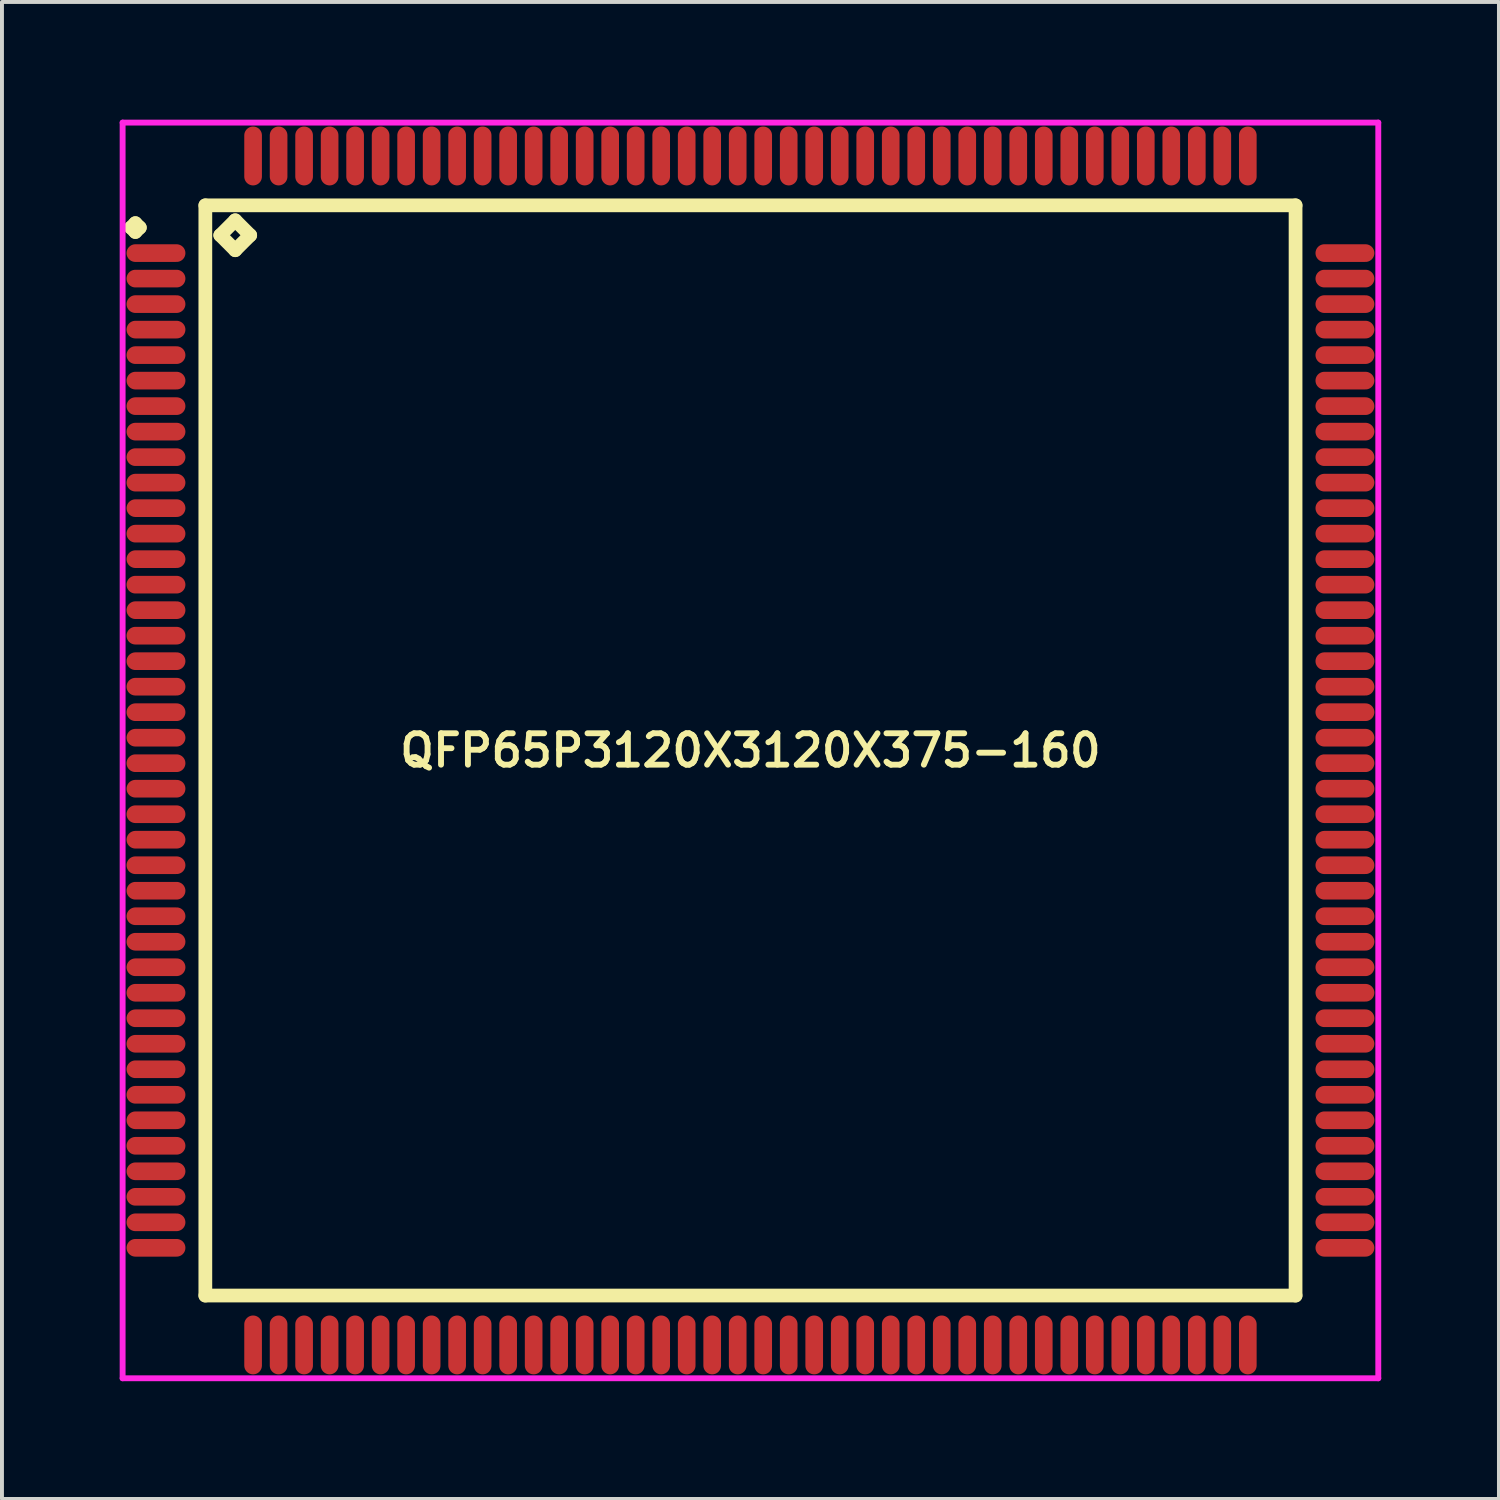
<source format=kicad_pcb>
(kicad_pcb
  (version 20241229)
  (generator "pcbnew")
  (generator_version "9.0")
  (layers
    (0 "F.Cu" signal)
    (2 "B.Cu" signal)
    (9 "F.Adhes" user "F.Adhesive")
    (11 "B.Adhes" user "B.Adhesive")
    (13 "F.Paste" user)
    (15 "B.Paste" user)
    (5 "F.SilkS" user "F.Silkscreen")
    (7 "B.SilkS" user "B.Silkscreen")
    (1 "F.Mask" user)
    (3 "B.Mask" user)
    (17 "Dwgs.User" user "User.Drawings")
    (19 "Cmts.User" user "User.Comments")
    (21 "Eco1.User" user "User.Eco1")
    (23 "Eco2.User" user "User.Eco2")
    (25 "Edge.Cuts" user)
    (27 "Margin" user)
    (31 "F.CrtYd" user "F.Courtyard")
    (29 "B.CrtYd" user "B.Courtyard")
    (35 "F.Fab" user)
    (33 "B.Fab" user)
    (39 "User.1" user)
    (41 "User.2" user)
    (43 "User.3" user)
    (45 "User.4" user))
  (footprint "QFP65P3120X3120X375-160"
    (layer "F.Cu")
    (at 16.075 16.075)
    (property "Reference" "QFP65P3120X3120X375-160" (at 0 0 0) (layer "F.SilkS") (effects (font (size 0.8 0.8) (thickness 0.15))))
    (attr smd)
    (fp_line (start -15.787 -13.325) (end -15.675 -13.438) (stroke (width 0.35) (type solid)) (layer "F.SilkS"))
    (fp_line (start -15.675 -13.438) (end -15.562 -13.325) (stroke (width 0.35) (type solid)) (layer "F.SilkS"))
    (fp_line (start -15.675 -13.213) (end -15.787 -13.325) (stroke (width 0.35) (type solid)) (layer "F.SilkS"))
    (fp_line (start -15.562 -13.325) (end -15.675 -13.213) (stroke (width 0.35) (type solid)) (layer "F.SilkS"))
    (fp_line (start -13.892 -13.892) (end -13.892 13.892) (stroke (width 0.35) (type solid)) (layer "F.SilkS"))
    (fp_line (start -13.892 13.892) (end 13.892 13.892) (stroke (width 0.35) (type solid)) (layer "F.SilkS"))
    (fp_line (start -13.511 -13.13) (end -13.13 -13.511) (stroke (width 0.35) (type solid)) (layer "F.SilkS"))
    (fp_line (start -13.13 -13.511) (end -12.749 -13.13) (stroke (width 0.35) (type solid)) (layer "F.SilkS"))
    (fp_line (start -13.13 -12.749) (end -13.511 -13.13) (stroke (width 0.35) (type solid)) (layer "F.SilkS"))
    (fp_line (start -12.749 -13.13) (end -13.13 -12.749) (stroke (width 0.35) (type solid)) (layer "F.SilkS"))
    (fp_line (start 13.892 -13.892) (end -13.892 -13.892) (stroke (width 0.35) (type solid)) (layer "F.SilkS"))
    (fp_line (start 13.892 13.892) (end 13.892 -13.892) (stroke (width 0.35) (type solid)) (layer "F.SilkS"))
    (fp_line (start -16 -16) (end 16 -16) (stroke (width 0.15) (type solid)) (layer "F.CrtYd"))
    (fp_line (start -16 16) (end -16 -16) (stroke (width 0.15) (type solid)) (layer "F.CrtYd"))
    (fp_line (start 16 -16) (end 16 16) (stroke (width 0.15) (type solid)) (layer "F.CrtYd"))
    (fp_line (start 16 16) (end -16 16) (stroke (width 0.15) (type solid)) (layer "F.CrtYd"))
    (pad "1" smd oval (at -15.15 -12.675) (size 1.5 0.45) (layers "F.Cu" "F.Mask" "F.Paste"))
    (pad "2" smd oval (at -15.15 -12.025) (size 1.5 0.45) (layers "F.Cu" "F.Mask" "F.Paste"))
    (pad "3" smd oval (at -15.15 -11.375) (size 1.5 0.45) (layers "F.Cu" "F.Mask" "F.Paste"))
    (pad "4" smd oval (at -15.15 -10.725) (size 1.5 0.45) (layers "F.Cu" "F.Mask" "F.Paste"))
    (pad "5" smd oval (at -15.15 -10.075) (size 1.5 0.45) (layers "F.Cu" "F.Mask" "F.Paste"))
    (pad "6" smd oval (at -15.15 -9.425) (size 1.5 0.45) (layers "F.Cu" "F.Mask" "F.Paste"))
    (pad "7" smd oval (at -15.15 -8.775) (size 1.5 0.45) (layers "F.Cu" "F.Mask" "F.Paste"))
    (pad "8" smd oval (at -15.15 -8.125) (size 1.5 0.45) (layers "F.Cu" "F.Mask" "F.Paste"))
    (pad "9" smd oval (at -15.15 -7.475) (size 1.5 0.45) (layers "F.Cu" "F.Mask" "F.Paste"))
    (pad "10" smd oval (at -15.15 -6.825) (size 1.5 0.45) (layers "F.Cu" "F.Mask" "F.Paste"))
    (pad "11" smd oval (at -15.15 -6.175) (size 1.5 0.45) (layers "F.Cu" "F.Mask" "F.Paste"))
    (pad "12" smd oval (at -15.15 -5.525) (size 1.5 0.45) (layers "F.Cu" "F.Mask" "F.Paste"))
    (pad "13" smd oval (at -15.15 -4.875) (size 1.5 0.45) (layers "F.Cu" "F.Mask" "F.Paste"))
    (pad "14" smd oval (at -15.15 -4.225) (size 1.5 0.45) (layers "F.Cu" "F.Mask" "F.Paste"))
    (pad "15" smd oval (at -15.15 -3.575) (size 1.5 0.45) (layers "F.Cu" "F.Mask" "F.Paste"))
    (pad "16" smd oval (at -15.15 -2.925) (size 1.5 0.45) (layers "F.Cu" "F.Mask" "F.Paste"))
    (pad "17" smd oval (at -15.15 -2.275) (size 1.5 0.45) (layers "F.Cu" "F.Mask" "F.Paste"))
    (pad "18" smd oval (at -15.15 -1.625) (size 1.5 0.45) (layers "F.Cu" "F.Mask" "F.Paste"))
    (pad "19" smd oval (at -15.15 -0.975) (size 1.5 0.45) (layers "F.Cu" "F.Mask" "F.Paste"))
    (pad "20" smd oval (at -15.15 -0.325) (size 1.5 0.45) (layers "F.Cu" "F.Mask" "F.Paste"))
    (pad "21" smd oval (at -15.15 0.325) (size 1.5 0.45) (layers "F.Cu" "F.Mask" "F.Paste"))
    (pad "22" smd oval (at -15.15 0.975) (size 1.5 0.45) (layers "F.Cu" "F.Mask" "F.Paste"))
    (pad "23" smd oval (at -15.15 1.625) (size 1.5 0.45) (layers "F.Cu" "F.Mask" "F.Paste"))
    (pad "24" smd oval (at -15.15 2.275) (size 1.5 0.45) (layers "F.Cu" "F.Mask" "F.Paste"))
    (pad "25" smd oval (at -15.15 2.925) (size 1.5 0.45) (layers "F.Cu" "F.Mask" "F.Paste"))
    (pad "26" smd oval (at -15.15 3.575) (size 1.5 0.45) (layers "F.Cu" "F.Mask" "F.Paste"))
    (pad "27" smd oval (at -15.15 4.225) (size 1.5 0.45) (layers "F.Cu" "F.Mask" "F.Paste"))
    (pad "28" smd oval (at -15.15 4.875) (size 1.5 0.45) (layers "F.Cu" "F.Mask" "F.Paste"))
    (pad "29" smd oval (at -15.15 5.525) (size 1.5 0.45) (layers "F.Cu" "F.Mask" "F.Paste"))
    (pad "30" smd oval (at -15.15 6.175) (size 1.5 0.45) (layers "F.Cu" "F.Mask" "F.Paste"))
    (pad "31" smd oval (at -15.15 6.825) (size 1.5 0.45) (layers "F.Cu" "F.Mask" "F.Paste"))
    (pad "32" smd oval (at -15.15 7.475) (size 1.5 0.45) (layers "F.Cu" "F.Mask" "F.Paste"))
    (pad "33" smd oval (at -15.15 8.125) (size 1.5 0.45) (layers "F.Cu" "F.Mask" "F.Paste"))
    (pad "34" smd oval (at -15.15 8.775) (size 1.5 0.45) (layers "F.Cu" "F.Mask" "F.Paste"))
    (pad "35" smd oval (at -15.15 9.425) (size 1.5 0.45) (layers "F.Cu" "F.Mask" "F.Paste"))
    (pad "36" smd oval (at -15.15 10.075) (size 1.5 0.45) (layers "F.Cu" "F.Mask" "F.Paste"))
    (pad "37" smd oval (at -15.15 10.725) (size 1.5 0.45) (layers "F.Cu" "F.Mask" "F.Paste"))
    (pad "38" smd oval (at -15.15 11.375) (size 1.5 0.45) (layers "F.Cu" "F.Mask" "F.Paste"))
    (pad "39" smd oval (at -15.15 12.025) (size 1.5 0.45) (layers "F.Cu" "F.Mask" "F.Paste"))
    (pad "40" smd oval (at -15.15 12.675) (size 1.5 0.45) (layers "F.Cu" "F.Mask" "F.Paste"))
    (pad "41" smd oval (at -12.675 15.15) (size 0.45 1.5) (layers "F.Cu" "F.Mask" "F.Paste"))
    (pad "42" smd oval (at -12.025 15.15) (size 0.45 1.5) (layers "F.Cu" "F.Mask" "F.Paste"))
    (pad "43" smd oval (at -11.375 15.15) (size 0.45 1.5) (layers "F.Cu" "F.Mask" "F.Paste"))
    (pad "44" smd oval (at -10.725 15.15) (size 0.45 1.5) (layers "F.Cu" "F.Mask" "F.Paste"))
    (pad "45" smd oval (at -10.075 15.15) (size 0.45 1.5) (layers "F.Cu" "F.Mask" "F.Paste"))
    (pad "46" smd oval (at -9.425 15.15) (size 0.45 1.5) (layers "F.Cu" "F.Mask" "F.Paste"))
    (pad "47" smd oval (at -8.775 15.15) (size 0.45 1.5) (layers "F.Cu" "F.Mask" "F.Paste"))
    (pad "48" smd oval (at -8.125 15.15) (size 0.45 1.5) (layers "F.Cu" "F.Mask" "F.Paste"))
    (pad "49" smd oval (at -7.475 15.15) (size 0.45 1.5) (layers "F.Cu" "F.Mask" "F.Paste"))
    (pad "50" smd oval (at -6.825 15.15) (size 0.45 1.5) (layers "F.Cu" "F.Mask" "F.Paste"))
    (pad "51" smd oval (at -6.175 15.15) (size 0.45 1.5) (layers "F.Cu" "F.Mask" "F.Paste"))
    (pad "52" smd oval (at -5.525 15.15) (size 0.45 1.5) (layers "F.Cu" "F.Mask" "F.Paste"))
    (pad "53" smd oval (at -4.875 15.15) (size 0.45 1.5) (layers "F.Cu" "F.Mask" "F.Paste"))
    (pad "54" smd oval (at -4.225 15.15) (size 0.45 1.5) (layers "F.Cu" "F.Mask" "F.Paste"))
    (pad "55" smd oval (at -3.575 15.15) (size 0.45 1.5) (layers "F.Cu" "F.Mask" "F.Paste"))
    (pad "56" smd oval (at -2.925 15.15) (size 0.45 1.5) (layers "F.Cu" "F.Mask" "F.Paste"))
    (pad "57" smd oval (at -2.275 15.15) (size 0.45 1.5) (layers "F.Cu" "F.Mask" "F.Paste"))
    (pad "58" smd oval (at -1.625 15.15) (size 0.45 1.5) (layers "F.Cu" "F.Mask" "F.Paste"))
    (pad "59" smd oval (at -0.975 15.15) (size 0.45 1.5) (layers "F.Cu" "F.Mask" "F.Paste"))
    (pad "60" smd oval (at -0.325 15.15) (size 0.45 1.5) (layers "F.Cu" "F.Mask" "F.Paste"))
    (pad "61" smd oval (at 0.325 15.15) (size 0.45 1.5) (layers "F.Cu" "F.Mask" "F.Paste"))
    (pad "62" smd oval (at 0.975 15.15) (size 0.45 1.5) (layers "F.Cu" "F.Mask" "F.Paste"))
    (pad "63" smd oval (at 1.625 15.15) (size 0.45 1.5) (layers "F.Cu" "F.Mask" "F.Paste"))
    (pad "64" smd oval (at 2.275 15.15) (size 0.45 1.5) (layers "F.Cu" "F.Mask" "F.Paste"))
    (pad "65" smd oval (at 2.925 15.15) (size 0.45 1.5) (layers "F.Cu" "F.Mask" "F.Paste"))
    (pad "66" smd oval (at 3.575 15.15) (size 0.45 1.5) (layers "F.Cu" "F.Mask" "F.Paste"))
    (pad "67" smd oval (at 4.225 15.15) (size 0.45 1.5) (layers "F.Cu" "F.Mask" "F.Paste"))
    (pad "68" smd oval (at 4.875 15.15) (size 0.45 1.5) (layers "F.Cu" "F.Mask" "F.Paste"))
    (pad "69" smd oval (at 5.525 15.15) (size 0.45 1.5) (layers "F.Cu" "F.Mask" "F.Paste"))
    (pad "70" smd oval (at 6.175 15.15) (size 0.45 1.5) (layers "F.Cu" "F.Mask" "F.Paste"))
    (pad "71" smd oval (at 6.825 15.15) (size 0.45 1.5) (layers "F.Cu" "F.Mask" "F.Paste"))
    (pad "72" smd oval (at 7.475 15.15) (size 0.45 1.5) (layers "F.Cu" "F.Mask" "F.Paste"))
    (pad "73" smd oval (at 8.125 15.15) (size 0.45 1.5) (layers "F.Cu" "F.Mask" "F.Paste"))
    (pad "74" smd oval (at 8.775 15.15) (size 0.45 1.5) (layers "F.Cu" "F.Mask" "F.Paste"))
    (pad "75" smd oval (at 9.425 15.15) (size 0.45 1.5) (layers "F.Cu" "F.Mask" "F.Paste"))
    (pad "76" smd oval (at 10.075 15.15) (size 0.45 1.5) (layers "F.Cu" "F.Mask" "F.Paste"))
    (pad "77" smd oval (at 10.725 15.15) (size 0.45 1.5) (layers "F.Cu" "F.Mask" "F.Paste"))
    (pad "78" smd oval (at 11.375 15.15) (size 0.45 1.5) (layers "F.Cu" "F.Mask" "F.Paste"))
    (pad "79" smd oval (at 12.025 15.15) (size 0.45 1.5) (layers "F.Cu" "F.Mask" "F.Paste"))
    (pad "80" smd oval (at 12.675 15.15) (size 0.45 1.5) (layers "F.Cu" "F.Mask" "F.Paste"))
    (pad "81" smd oval (at 15.15 12.675) (size 1.5 0.45) (layers "F.Cu" "F.Mask" "F.Paste"))
    (pad "82" smd oval (at 15.15 12.025) (size 1.5 0.45) (layers "F.Cu" "F.Mask" "F.Paste"))
    (pad "83" smd oval (at 15.15 11.375) (size 1.5 0.45) (layers "F.Cu" "F.Mask" "F.Paste"))
    (pad "84" smd oval (at 15.15 10.725) (size 1.5 0.45) (layers "F.Cu" "F.Mask" "F.Paste"))
    (pad "85" smd oval (at 15.15 10.075) (size 1.5 0.45) (layers "F.Cu" "F.Mask" "F.Paste"))
    (pad "86" smd oval (at 15.15 9.425) (size 1.5 0.45) (layers "F.Cu" "F.Mask" "F.Paste"))
    (pad "87" smd oval (at 15.15 8.775) (size 1.5 0.45) (layers "F.Cu" "F.Mask" "F.Paste"))
    (pad "88" smd oval (at 15.15 8.125) (size 1.5 0.45) (layers "F.Cu" "F.Mask" "F.Paste"))
    (pad "89" smd oval (at 15.15 7.475) (size 1.5 0.45) (layers "F.Cu" "F.Mask" "F.Paste"))
    (pad "90" smd oval (at 15.15 6.825) (size 1.5 0.45) (layers "F.Cu" "F.Mask" "F.Paste"))
    (pad "91" smd oval (at 15.15 6.175) (size 1.5 0.45) (layers "F.Cu" "F.Mask" "F.Paste"))
    (pad "92" smd oval (at 15.15 5.525) (size 1.5 0.45) (layers "F.Cu" "F.Mask" "F.Paste"))
    (pad "93" smd oval (at 15.15 4.875) (size 1.5 0.45) (layers "F.Cu" "F.Mask" "F.Paste"))
    (pad "94" smd oval (at 15.15 4.225) (size 1.5 0.45) (layers "F.Cu" "F.Mask" "F.Paste"))
    (pad "95" smd oval (at 15.15 3.575) (size 1.5 0.45) (layers "F.Cu" "F.Mask" "F.Paste"))
    (pad "96" smd oval (at 15.15 2.925) (size 1.5 0.45) (layers "F.Cu" "F.Mask" "F.Paste"))
    (pad "97" smd oval (at 15.15 2.275) (size 1.5 0.45) (layers "F.Cu" "F.Mask" "F.Paste"))
    (pad "98" smd oval (at 15.15 1.625) (size 1.5 0.45) (layers "F.Cu" "F.Mask" "F.Paste"))
    (pad "99" smd oval (at 15.15 0.975) (size 1.5 0.45) (layers "F.Cu" "F.Mask" "F.Paste"))
    (pad "100" smd oval (at 15.15 0.325) (size 1.5 0.45) (layers "F.Cu" "F.Mask" "F.Paste"))
    (pad "101" smd oval (at 15.15 -0.325) (size 1.5 0.45) (layers "F.Cu" "F.Mask" "F.Paste"))
    (pad "102" smd oval (at 15.15 -0.975) (size 1.5 0.45) (layers "F.Cu" "F.Mask" "F.Paste"))
    (pad "103" smd oval (at 15.15 -1.625) (size 1.5 0.45) (layers "F.Cu" "F.Mask" "F.Paste"))
    (pad "104" smd oval (at 15.15 -2.275) (size 1.5 0.45) (layers "F.Cu" "F.Mask" "F.Paste"))
    (pad "105" smd oval (at 15.15 -2.925) (size 1.5 0.45) (layers "F.Cu" "F.Mask" "F.Paste"))
    (pad "106" smd oval (at 15.15 -3.575) (size 1.5 0.45) (layers "F.Cu" "F.Mask" "F.Paste"))
    (pad "107" smd oval (at 15.15 -4.225) (size 1.5 0.45) (layers "F.Cu" "F.Mask" "F.Paste"))
    (pad "108" smd oval (at 15.15 -4.875) (size 1.5 0.45) (layers "F.Cu" "F.Mask" "F.Paste"))
    (pad "109" smd oval (at 15.15 -5.525) (size 1.5 0.45) (layers "F.Cu" "F.Mask" "F.Paste"))
    (pad "110" smd oval (at 15.15 -6.175) (size 1.5 0.45) (layers "F.Cu" "F.Mask" "F.Paste"))
    (pad "111" smd oval (at 15.15 -6.825) (size 1.5 0.45) (layers "F.Cu" "F.Mask" "F.Paste"))
    (pad "112" smd oval (at 15.15 -7.475) (size 1.5 0.45) (layers "F.Cu" "F.Mask" "F.Paste"))
    (pad "113" smd oval (at 15.15 -8.125) (size 1.5 0.45) (layers "F.Cu" "F.Mask" "F.Paste"))
    (pad "114" smd oval (at 15.15 -8.775) (size 1.5 0.45) (layers "F.Cu" "F.Mask" "F.Paste"))
    (pad "115" smd oval (at 15.15 -9.425) (size 1.5 0.45) (layers "F.Cu" "F.Mask" "F.Paste"))
    (pad "116" smd oval (at 15.15 -10.075) (size 1.5 0.45) (layers "F.Cu" "F.Mask" "F.Paste"))
    (pad "117" smd oval (at 15.15 -10.725) (size 1.5 0.45) (layers "F.Cu" "F.Mask" "F.Paste"))
    (pad "118" smd oval (at 15.15 -11.375) (size 1.5 0.45) (layers "F.Cu" "F.Mask" "F.Paste"))
    (pad "119" smd oval (at 15.15 -12.025) (size 1.5 0.45) (layers "F.Cu" "F.Mask" "F.Paste"))
    (pad "120" smd oval (at 15.15 -12.675) (size 1.5 0.45) (layers "F.Cu" "F.Mask" "F.Paste"))
    (pad "121" smd oval (at 12.675 -15.15) (size 0.45 1.5) (layers "F.Cu" "F.Mask" "F.Paste"))
    (pad "122" smd oval (at 12.025 -15.15) (size 0.45 1.5) (layers "F.Cu" "F.Mask" "F.Paste"))
    (pad "123" smd oval (at 11.375 -15.15) (size 0.45 1.5) (layers "F.Cu" "F.Mask" "F.Paste"))
    (pad "124" smd oval (at 10.725 -15.15) (size 0.45 1.5) (layers "F.Cu" "F.Mask" "F.Paste"))
    (pad "125" smd oval (at 10.075 -15.15) (size 0.45 1.5) (layers "F.Cu" "F.Mask" "F.Paste"))
    (pad "126" smd oval (at 9.425 -15.15) (size 0.45 1.5) (layers "F.Cu" "F.Mask" "F.Paste"))
    (pad "127" smd oval (at 8.775 -15.15) (size 0.45 1.5) (layers "F.Cu" "F.Mask" "F.Paste"))
    (pad "128" smd oval (at 8.125 -15.15) (size 0.45 1.5) (layers "F.Cu" "F.Mask" "F.Paste"))
    (pad "129" smd oval (at 7.475 -15.15) (size 0.45 1.5) (layers "F.Cu" "F.Mask" "F.Paste"))
    (pad "130" smd oval (at 6.825 -15.15) (size 0.45 1.5) (layers "F.Cu" "F.Mask" "F.Paste"))
    (pad "131" smd oval (at 6.175 -15.15) (size 0.45 1.5) (layers "F.Cu" "F.Mask" "F.Paste"))
    (pad "132" smd oval (at 5.525 -15.15) (size 0.45 1.5) (layers "F.Cu" "F.Mask" "F.Paste"))
    (pad "133" smd oval (at 4.875 -15.15) (size 0.45 1.5) (layers "F.Cu" "F.Mask" "F.Paste"))
    (pad "134" smd oval (at 4.225 -15.15) (size 0.45 1.5) (layers "F.Cu" "F.Mask" "F.Paste"))
    (pad "135" smd oval (at 3.575 -15.15) (size 0.45 1.5) (layers "F.Cu" "F.Mask" "F.Paste"))
    (pad "136" smd oval (at 2.925 -15.15) (size 0.45 1.5) (layers "F.Cu" "F.Mask" "F.Paste"))
    (pad "137" smd oval (at 2.275 -15.15) (size 0.45 1.5) (layers "F.Cu" "F.Mask" "F.Paste"))
    (pad "138" smd oval (at 1.625 -15.15) (size 0.45 1.5) (layers "F.Cu" "F.Mask" "F.Paste"))
    (pad "139" smd oval (at 0.975 -15.15) (size 0.45 1.5) (layers "F.Cu" "F.Mask" "F.Paste"))
    (pad "140" smd oval (at 0.325 -15.15) (size 0.45 1.5) (layers "F.Cu" "F.Mask" "F.Paste"))
    (pad "141" smd oval (at -0.325 -15.15) (size 0.45 1.5) (layers "F.Cu" "F.Mask" "F.Paste"))
    (pad "142" smd oval (at -0.975 -15.15) (size 0.45 1.5) (layers "F.Cu" "F.Mask" "F.Paste"))
    (pad "143" smd oval (at -1.625 -15.15) (size 0.45 1.5) (layers "F.Cu" "F.Mask" "F.Paste"))
    (pad "144" smd oval (at -2.275 -15.15) (size 0.45 1.5) (layers "F.Cu" "F.Mask" "F.Paste"))
    (pad "145" smd oval (at -2.925 -15.15) (size 0.45 1.5) (layers "F.Cu" "F.Mask" "F.Paste"))
    (pad "146" smd oval (at -3.575 -15.15) (size 0.45 1.5) (layers "F.Cu" "F.Mask" "F.Paste"))
    (pad "147" smd oval (at -4.225 -15.15) (size 0.45 1.5) (layers "F.Cu" "F.Mask" "F.Paste"))
    (pad "148" smd oval (at -4.875 -15.15) (size 0.45 1.5) (layers "F.Cu" "F.Mask" "F.Paste"))
    (pad "149" smd oval (at -5.525 -15.15) (size 0.45 1.5) (layers "F.Cu" "F.Mask" "F.Paste"))
    (pad "150" smd oval (at -6.175 -15.15) (size 0.45 1.5) (layers "F.Cu" "F.Mask" "F.Paste"))
    (pad "151" smd oval (at -6.825 -15.15) (size 0.45 1.5) (layers "F.Cu" "F.Mask" "F.Paste"))
    (pad "152" smd oval (at -7.475 -15.15) (size 0.45 1.5) (layers "F.Cu" "F.Mask" "F.Paste"))
    (pad "153" smd oval (at -8.125 -15.15) (size 0.45 1.5) (layers "F.Cu" "F.Mask" "F.Paste"))
    (pad "154" smd oval (at -8.775 -15.15) (size 0.45 1.5) (layers "F.Cu" "F.Mask" "F.Paste"))
    (pad "155" smd oval (at -9.425 -15.15) (size 0.45 1.5) (layers "F.Cu" "F.Mask" "F.Paste"))
    (pad "156" smd oval (at -10.075 -15.15) (size 0.45 1.5) (layers "F.Cu" "F.Mask" "F.Paste"))
    (pad "157" smd oval (at -10.725 -15.15) (size 0.45 1.5) (layers "F.Cu" "F.Mask" "F.Paste"))
    (pad "158" smd oval (at -11.375 -15.15) (size 0.45 1.5) (layers "F.Cu" "F.Mask" "F.Paste"))
    (pad "159" smd oval (at -12.025 -15.15) (size 0.45 1.5) (layers "F.Cu" "F.Mask" "F.Paste"))
    (pad "160" smd oval (at -12.675 -15.15) (size 0.45 1.5) (layers "F.Cu" "F.Mask" "F.Paste")))
  (gr_rect
    (start -3 -3)
    (end 35.15 35.15)
    (stroke (width 0.1) (type default))
    (fill no)
    (layer "Edge.Cuts")))
</source>
